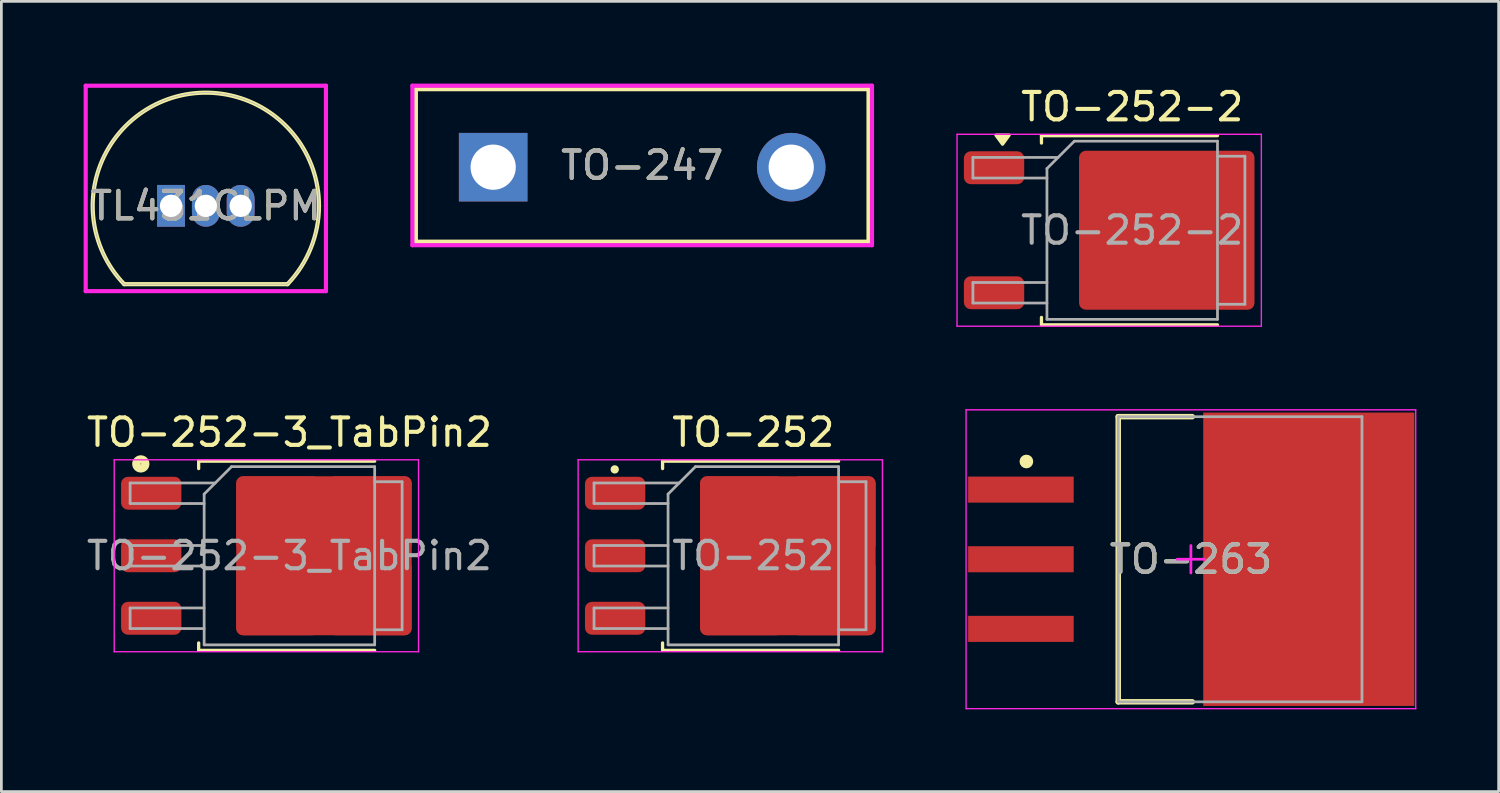
<source format=kicad_pcb>
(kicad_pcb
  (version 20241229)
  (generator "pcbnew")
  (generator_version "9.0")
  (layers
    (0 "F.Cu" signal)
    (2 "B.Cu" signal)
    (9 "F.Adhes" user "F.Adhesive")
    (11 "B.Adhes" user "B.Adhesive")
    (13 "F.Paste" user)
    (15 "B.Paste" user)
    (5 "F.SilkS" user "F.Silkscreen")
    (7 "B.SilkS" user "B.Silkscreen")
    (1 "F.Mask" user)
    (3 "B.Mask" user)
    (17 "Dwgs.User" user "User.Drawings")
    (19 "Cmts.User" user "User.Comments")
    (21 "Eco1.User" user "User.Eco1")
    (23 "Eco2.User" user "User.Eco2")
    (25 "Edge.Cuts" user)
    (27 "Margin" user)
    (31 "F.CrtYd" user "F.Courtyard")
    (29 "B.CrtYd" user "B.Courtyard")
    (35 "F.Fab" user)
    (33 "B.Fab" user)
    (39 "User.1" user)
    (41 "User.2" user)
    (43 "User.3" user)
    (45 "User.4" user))
  (footprint "TO-252"
    (layer "F.Cu")
    (at 24.427 17.221)
    (property "Reference" "TO-252" (at 0 -4.5 0) (layer "F.SilkS") (effects (font (size 1 1) (thickness 0.15))))
    (attr smd)
    (fp_line (start -3.31 -3.45) (end -3.31 -3.18) (stroke (width 0.12) (type solid)) (layer "F.SilkS"))
    (fp_line (start -3.31 3.45) (end -3.31 3.18) (stroke (width 0.12) (type solid)) (layer "F.SilkS"))
    (fp_line (start 3.11 -3.45) (end -3.31 -3.45) (stroke (width 0.12) (type solid)) (layer "F.SilkS"))
    (fp_line (start 3.11 3.45) (end -3.31 3.45) (stroke (width 0.12) (type solid)) (layer "F.SilkS"))
    (fp_circle (center -5.055 -3.15) (end -4.978 -3.15) (stroke (width 0.152) (type solid)) (fill no) (layer "F.SilkS"))
    (fp_line (start -6.39 -3.5) (end -6.39 3.5) (stroke (width 0.05) (type solid)) (layer "F.CrtYd"))
    (fp_line (start -6.39 3.5) (end 4.71 3.5) (stroke (width 0.05) (type solid)) (layer "F.CrtYd"))
    (fp_line (start 4.71 -3.5) (end -6.39 -3.5) (stroke (width 0.05) (type solid)) (layer "F.CrtYd"))
    (fp_line (start 4.71 3.5) (end 4.71 -3.5) (stroke (width 0.05) (type solid)) (layer "F.CrtYd"))
    (fp_line (start -5.81 -2.655) (end -5.81 -1.905) (stroke (width 0.1) (type solid)) (layer "F.Fab"))
    (fp_line (start -5.81 -1.905) (end -3.11 -1.905) (stroke (width 0.1) (type solid)) (layer "F.Fab"))
    (fp_line (start -5.81 -0.375) (end -5.81 0.375) (stroke (width 0.1) (type solid)) (layer "F.Fab"))
    (fp_line (start -5.81 0.375) (end -3.11 0.375) (stroke (width 0.1) (type solid)) (layer "F.Fab"))
    (fp_line (start -5.81 1.905) (end -5.81 2.655) (stroke (width 0.1) (type solid)) (layer "F.Fab"))
    (fp_line (start -5.81 2.655) (end -3.11 2.655) (stroke (width 0.1) (type solid)) (layer "F.Fab"))
    (fp_line (start -3.11 -2.25) (end -2.11 -3.25) (stroke (width 0.1) (type solid)) (layer "F.Fab"))
    (fp_line (start -3.11 -0.375) (end -5.81 -0.375) (stroke (width 0.1) (type solid)) (layer "F.Fab"))
    (fp_line (start -3.11 1.905) (end -5.81 1.905) (stroke (width 0.1) (type solid)) (layer "F.Fab"))
    (fp_line (start -3.11 3.25) (end -3.11 -2.25) (stroke (width 0.1) (type solid)) (layer "F.Fab"))
    (fp_line (start -2.705 -2.655) (end -5.81 -2.655) (stroke (width 0.1) (type solid)) (layer "F.Fab"))
    (fp_line (start -2.11 -3.25) (end 3.11 -3.25) (stroke (width 0.1) (type solid)) (layer "F.Fab"))
    (fp_line (start 3.11 -3.25) (end 3.11 3.25) (stroke (width 0.1) (type solid)) (layer "F.Fab"))
    (fp_line (start 3.11 -2.7) (end 4.11 -2.7) (stroke (width 0.1) (type solid)) (layer "F.Fab"))
    (fp_line (start 3.11 3.25) (end -3.11 3.25) (stroke (width 0.1) (type solid)) (layer "F.Fab"))
    (fp_line (start 4.11 -2.7) (end 4.11 2.7) (stroke (width 0.1) (type solid)) (layer "F.Fab"))
    (fp_line (start 4.11 2.7) (end 3.11 2.7) (stroke (width 0.1) (type solid)) (layer "F.Fab"))
    (fp_text user "${REFERENCE}" (at 0 0 0) (layer "F.Fab") (effects (font (size 1 1) (thickness 0.15))))
    (pad "1" smd roundrect (at -5.04 -2.28) (size 2.2 1.2) (layers "F.Cu" "F.Mask" "F.Paste") (roundrect_rratio 0.208))
    (pad "2" smd roundrect (at -5.04 0) (size 2.2 1.2) (layers "F.Cu" "F.Mask" "F.Paste") (roundrect_rratio 0.208))
    (pad "2" smd roundrect (at -0.415 -1.525) (size 3.05 2.75) (layers "F.Cu" "F.Paste") (roundrect_rratio 0.091))
    (pad "2" smd roundrect (at -0.415 1.525) (size 3.05 2.75) (layers "F.Cu" "F.Paste") (roundrect_rratio 0.091))
    (pad "2" smd roundrect (at 1.26 0) (size 6.4 5.8) (layers "F.Cu" "F.Mask") (roundrect_rratio 0.043))
    (pad "2" smd roundrect (at 2.935 -1.525) (size 3.05 2.75) (layers "F.Cu" "F.Paste") (roundrect_rratio 0.091))
    (pad "2" smd roundrect (at 2.935 1.525) (size 3.05 2.75) (layers "F.Cu" "F.Paste") (roundrect_rratio 0.091))
    (pad "3" smd roundrect (at -5.04 2.28) (size 2.2 1.2) (layers "F.Cu" "F.Mask" "F.Paste") (roundrect_rratio 0.208)))
  (footprint "TO-247"
    (layer "F.Cu")
    (at 14.938 3.048)
    (property "Reference" "TO-247" (at 5.436 -0.064 0) (unlocked yes) (layer "F.SilkS") (effects (font (size 1 1) (thickness 0.15))))
    (attr through_hole)
    (fp_line (start -2.819 -2.845) (end -2.819 2.718) (stroke (width 0.152) (type solid)) (layer "F.SilkS"))
    (fp_line (start -2.819 2.718) (end 13.691 2.718) (stroke (width 0.152) (type solid)) (layer "F.SilkS"))
    (fp_line (start 13.691 -2.845) (end -2.819 -2.845) (stroke (width 0.152) (type solid)) (layer "F.SilkS"))
    (fp_line (start 13.691 2.718) (end 13.691 -2.845) (stroke (width 0.152) (type solid)) (layer "F.SilkS"))
    (fp_line (start -2.946 -2.972) (end -2.946 2.845) (stroke (width 0.152) (type solid)) (layer "F.CrtYd"))
    (fp_line (start -2.946 2.845) (end 13.818 2.845) (stroke (width 0.152) (type solid)) (layer "F.CrtYd"))
    (fp_line (start 13.818 -2.972) (end -2.946 -2.972) (stroke (width 0.152) (type solid)) (layer "F.CrtYd"))
    (fp_line (start 13.818 2.845) (end 13.818 -2.972) (stroke (width 0.152) (type solid)) (layer "F.CrtYd"))
    (fp_text user "${REFERENCE}" (at 5.436 -0.064 0) (unlocked yes) (layer "F.Fab") (effects (font (size 1 1) (thickness 0.15))))
    (pad "1" thru_hole rect (at 0 0) (size 2.5 2.5) (drill 1.65) (layers "*.Cu" "*.Mask"))
    (pad "2" thru_hole circle (at 10.871 0) (size 2.5 2.5) (drill 1.65) (layers "*.Cu" "*.Mask")))
  (footprint "TO-263"
    (layer "F.Cu")
    (at 40.387 17.348)
    (property "Reference" "TO-263" (at 0 0 0) (unlocked yes) (layer "F.SilkS") (effects (font (size 1 1) (thickness 0.15))))
    (attr smd)
    (fp_line (start -2.65 -5.2) (end 0.05 -5.2) (stroke (width 0.2) (type solid)) (layer "F.SilkS"))
    (fp_line (start -2.65 5.2) (end -2.65 -5.2) (stroke (width 0.2) (type solid)) (layer "F.SilkS"))
    (fp_line (start -2.65 5.2) (end 0.05 5.2) (stroke (width 0.2) (type solid)) (layer "F.SilkS"))
    (fp_circle (center -6 -3.565) (end -5.875 -3.565) (stroke (width 0.25) (type solid)) (fill no) (layer "F.SilkS"))
    (fp_line (start -8.2 -5.45) (end 8.2 -5.45) (stroke (width 0.05) (type solid)) (layer "F.CrtYd"))
    (fp_line (start -8.2 5.45) (end -8.2 -5.45) (stroke (width 0.05) (type solid)) (layer "F.CrtYd"))
    (fp_line (start -8.2 5.45) (end 8.2 5.45) (stroke (width 0.05) (type solid)) (layer "F.CrtYd"))
    (fp_line (start -0.5 0) (end 0.5 0) (stroke (width 0.1) (type solid)) (layer "F.CrtYd"))
    (fp_line (start 0 0.5) (end 0 -0.5) (stroke (width 0.1) (type solid)) (layer "F.CrtYd"))
    (fp_line (start 8.2 5.45) (end 8.2 -5.45) (stroke (width 0.05) (type solid)) (layer "F.CrtYd"))
    (fp_line (start -2.65 -5.2) (end 6.24 -5.2) (stroke (width 0.1) (type solid)) (layer "F.Fab"))
    (fp_line (start -2.65 5.2) (end -2.65 -5.2) (stroke (width 0.1) (type solid)) (layer "F.Fab"))
    (fp_line (start -2.65 5.2) (end 6.24 5.2) (stroke (width 0.1) (type solid)) (layer "F.Fab"))
    (fp_line (start 6.24 5.2) (end 6.24 -5.2) (stroke (width 0.1) (type solid)) (layer "F.Fab"))
    (fp_text user "${REFERENCE}" (at 0 0 0) (unlocked yes) (layer "F.Fab") (effects (font (size 1 1) (thickness 0.15))))
    (pad "1" smd rect (at -6.2 -2.54 90) (size 0.95 3.85) (layers "F.Cu" "F.Mask" "F.Paste"))
    (pad "2" smd rect (at -6.2 0 90) (size 0.95 3.85) (layers "F.Cu" "F.Mask" "F.Paste"))
    (pad "3" smd rect (at -6.2 2.54 90) (size 0.95 3.85) (layers "F.Cu" "F.Mask" "F.Paste"))
    (pad "4" smd rect (at 4.3 0 90) (size 10.7 7.7) (layers "F.Cu" "F.Mask" "F.Paste")))
  (footprint "TL431CLPM"
    (layer "F.Cu")
    (at 5.728 4.458)
    (property "Reference" "TL431CLPM" (at -1.27 0 0) (unlocked yes) (layer "F.SilkS") (effects (font (size 1 1) (thickness 0.15))))
    (attr through_hole)
    (fp_line (start -4.248 2.857) (end 1.708 2.857) (stroke (width 0.152) (type solid)) (layer "F.SilkS"))
    (fp_arc (start -4.248417 2.857497) (mid -2.809942 -3.829469) (end 2.8575 0) (stroke (width 0.1524) (type solid)) (layer "F.SilkS"))
    (fp_arc (start 2.8575 0) (mid 2.55947 1.539941) (end 1.708418 2.857496) (stroke (width 0.1524) (type solid)) (layer "F.SilkS"))
    (fp_line (start -5.652 -4.381) (end 3.111 -4.381) (stroke (width 0.152) (type solid)) (layer "F.CrtYd"))
    (fp_line (start -5.652 3.111) (end -5.652 -4.381) (stroke (width 0.152) (type solid)) (layer "F.CrtYd"))
    (fp_line (start 3.111 -4.381) (end 3.111 3.111) (stroke (width 0.152) (type solid)) (layer "F.CrtYd"))
    (fp_line (start 3.111 3.111) (end -5.652 3.111) (stroke (width 0.152) (type solid)) (layer "F.CrtYd"))
    (fp_line (start -4.248 2.857) (end 1.708 2.857) (stroke (width 0.025) (type solid)) (layer "F.Fab"))
    (fp_arc (start -4.248415 2.857499) (mid -1.269999 -4.1275) (end 1.708414 2.8575) (stroke (width 0.0254) (type solid)) (layer "F.Fab"))
    (fp_text user "${REFERENCE}" (at -1.27 0 0) (unlocked yes) (layer "F.Fab") (effects (font (size 1 1) (thickness 0.15))))
    (pad "1" thru_hole rect (at -2.54 0) (size 1.016 1.524) (drill 0.813) (layers "*.Cu" "*.Mask"))
    (pad "2" thru_hole oval (at -1.27 0) (size 1.016 1.524) (drill 0.813) (layers "*.Cu" "*.Mask"))
    (pad "3" thru_hole oval (at 0 0) (size 1.016 1.524) (drill 0.813) (layers "*.Cu" "*.Mask")))
  (footprint "TO-252-2"
    (layer "F.Cu")
    (at 38.247 5.348)
    (property "Reference" "TO-252-2" (at 0 -4.5 0) (layer "F.SilkS") (effects (font (size 1 1) (thickness 0.15))))
    (attr smd)
    (fp_line (start -3.31 -3.45) (end -3.31 -3.18) (stroke (width 0.12) (type solid)) (layer "F.SilkS"))
    (fp_line (start -3.31 3.45) (end -3.31 3.18) (stroke (width 0.12) (type solid)) (layer "F.SilkS"))
    (fp_line (start 3.11 -3.45) (end -3.31 -3.45) (stroke (width 0.12) (type solid)) (layer "F.SilkS"))
    (fp_line (start 3.11 3.45) (end -3.31 3.45) (stroke (width 0.12) (type solid)) (layer "F.SilkS"))
    (fp_poly (pts (xy -4.73 -3.14) (xy -4.97 -3.47) (xy -4.49 -3.47) (xy -4.73 -3.14)) (stroke (width 0.12) (type solid)) (fill yes) (layer "F.SilkS"))
    (fp_line (start -6.39 -3.5) (end -6.39 3.5) (stroke (width 0.05) (type solid)) (layer "F.CrtYd"))
    (fp_line (start -6.39 3.5) (end 4.71 3.5) (stroke (width 0.05) (type solid)) (layer "F.CrtYd"))
    (fp_line (start 4.71 -3.5) (end -6.39 -3.5) (stroke (width 0.05) (type solid)) (layer "F.CrtYd"))
    (fp_line (start 4.71 3.5) (end 4.71 -3.5) (stroke (width 0.05) (type solid)) (layer "F.CrtYd"))
    (fp_line (start -5.81 -2.655) (end -5.81 -1.905) (stroke (width 0.1) (type solid)) (layer "F.Fab"))
    (fp_line (start -5.81 -1.905) (end -3.11 -1.905) (stroke (width 0.1) (type solid)) (layer "F.Fab"))
    (fp_line (start -5.81 1.905) (end -5.81 2.655) (stroke (width 0.1) (type solid)) (layer "F.Fab"))
    (fp_line (start -5.81 2.655) (end -3.11 2.655) (stroke (width 0.1) (type solid)) (layer "F.Fab"))
    (fp_line (start -3.11 -2.25) (end -2.11 -3.25) (stroke (width 0.1) (type solid)) (layer "F.Fab"))
    (fp_line (start -3.11 1.905) (end -5.81 1.905) (stroke (width 0.1) (type solid)) (layer "F.Fab"))
    (fp_line (start -3.11 3.25) (end -3.11 -2.25) (stroke (width 0.1) (type solid)) (layer "F.Fab"))
    (fp_line (start -2.705 -2.655) (end -5.81 -2.655) (stroke (width 0.1) (type solid)) (layer "F.Fab"))
    (fp_line (start -2.11 -3.25) (end 3.11 -3.25) (stroke (width 0.1) (type solid)) (layer "F.Fab"))
    (fp_line (start 3.11 -3.25) (end 3.11 3.25) (stroke (width 0.1) (type solid)) (layer "F.Fab"))
    (fp_line (start 3.11 -2.7) (end 4.11 -2.7) (stroke (width 0.1) (type solid)) (layer "F.Fab"))
    (fp_line (start 3.11 3.25) (end -3.11 3.25) (stroke (width 0.1) (type solid)) (layer "F.Fab"))
    (fp_line (start 4.11 -2.7) (end 4.11 2.7) (stroke (width 0.1) (type solid)) (layer "F.Fab"))
    (fp_line (start 4.11 2.7) (end 3.11 2.7) (stroke (width 0.1) (type solid)) (layer "F.Fab"))
    (fp_text user "${REFERENCE}" (at 0 0 0) (layer "F.Fab") (effects (font (size 1 1) (thickness 0.15))))
    (pad "1" smd roundrect (at -5.04 -2.28) (size 2.2 1.2) (layers "F.Cu" "F.Mask" "F.Paste") (roundrect_rratio 0.208))
    (pad "2" smd roundrect (at -5.04 2.28) (size 2.2 1.2) (layers "F.Cu" "F.Mask" "F.Paste") (roundrect_rratio 0.208))
    (pad "3" smd roundrect (at 1.26 0) (size 6.4 5.8) (layers "F.Cu" "F.Mask") (roundrect_rratio 0.043)))
  (footprint "TO-252-3_TabPin2"
    (layer "F.Cu")
    (at 7.506 17.221)
    (property "Reference" "TO-252-3_TabPin2" (at 0 -4.5 0) (layer "F.SilkS") (effects (font (size 1 1) (thickness 0.15))))
    (attr smd)
    (fp_line (start -3.31 -3.45) (end -3.31 -3.18) (stroke (width 0.12) (type solid)) (layer "F.SilkS"))
    (fp_line (start -3.31 3.45) (end -3.31 3.18) (stroke (width 0.12) (type solid)) (layer "F.SilkS"))
    (fp_line (start 3.11 -3.45) (end -3.31 -3.45) (stroke (width 0.12) (type solid)) (layer "F.SilkS"))
    (fp_line (start 3.11 3.45) (end -3.31 3.45) (stroke (width 0.12) (type solid)) (layer "F.SilkS"))
    (fp_circle (center -5.42 -3.35) (end -5.26 -3.31) (stroke (width 0.3) (type default)) (fill no) (layer "F.SilkS"))
    (fp_line (start -6.39 -3.5) (end -6.39 3.5) (stroke (width 0.05) (type solid)) (layer "F.CrtYd"))
    (fp_line (start -6.39 3.5) (end 4.71 3.5) (stroke (width 0.05) (type solid)) (layer "F.CrtYd"))
    (fp_line (start 4.71 -3.5) (end -6.39 -3.5) (stroke (width 0.05) (type solid)) (layer "F.CrtYd"))
    (fp_line (start 4.71 3.5) (end 4.71 -3.5) (stroke (width 0.05) (type solid)) (layer "F.CrtYd"))
    (fp_line (start -5.81 -2.655) (end -5.81 -1.905) (stroke (width 0.1) (type solid)) (layer "F.Fab"))
    (fp_line (start -5.81 -1.905) (end -3.11 -1.905) (stroke (width 0.1) (type solid)) (layer "F.Fab"))
    (fp_line (start -5.81 -0.375) (end -5.81 0.375) (stroke (width 0.1) (type solid)) (layer "F.Fab"))
    (fp_line (start -5.81 0.375) (end -3.11 0.375) (stroke (width 0.1) (type solid)) (layer "F.Fab"))
    (fp_line (start -5.81 1.905) (end -5.81 2.655) (stroke (width 0.1) (type solid)) (layer "F.Fab"))
    (fp_line (start -5.81 2.655) (end -3.11 2.655) (stroke (width 0.1) (type solid)) (layer "F.Fab"))
    (fp_line (start -3.11 -2.25) (end -2.11 -3.25) (stroke (width 0.1) (type solid)) (layer "F.Fab"))
    (fp_line (start -3.11 -0.375) (end -5.81 -0.375) (stroke (width 0.1) (type solid)) (layer "F.Fab"))
    (fp_line (start -3.11 1.905) (end -5.81 1.905) (stroke (width 0.1) (type solid)) (layer "F.Fab"))
    (fp_line (start -3.11 3.25) (end -3.11 -2.25) (stroke (width 0.1) (type solid)) (layer "F.Fab"))
    (fp_line (start -2.705 -2.655) (end -5.81 -2.655) (stroke (width 0.1) (type solid)) (layer "F.Fab"))
    (fp_line (start -2.11 -3.25) (end 3.11 -3.25) (stroke (width 0.1) (type solid)) (layer "F.Fab"))
    (fp_line (start 3.11 -3.25) (end 3.11 3.25) (stroke (width 0.1) (type solid)) (layer "F.Fab"))
    (fp_line (start 3.11 -2.7) (end 4.11 -2.7) (stroke (width 0.1) (type solid)) (layer "F.Fab"))
    (fp_line (start 3.11 3.25) (end -3.11 3.25) (stroke (width 0.1) (type solid)) (layer "F.Fab"))
    (fp_line (start 4.11 -2.7) (end 4.11 2.7) (stroke (width 0.1) (type solid)) (layer "F.Fab"))
    (fp_line (start 4.11 2.7) (end 3.11 2.7) (stroke (width 0.1) (type solid)) (layer "F.Fab"))
    (fp_text user "${REFERENCE}" (at 0 0 0) (layer "F.Fab") (effects (font (size 1 1) (thickness 0.15))))
    (pad "1" smd roundrect (at -5.04 -2.28) (size 2.2 1.2) (layers "F.Cu" "F.Mask" "F.Paste") (roundrect_rratio 0.208))
    (pad "2" smd roundrect (at -5.04 0) (size 2.2 1.2) (layers "F.Cu" "F.Mask" "F.Paste") (roundrect_rratio 0.208))
    (pad "2" smd roundrect (at -0.415 -1.525) (size 3.05 2.75) (layers "F.Cu" "F.Paste") (roundrect_rratio 0.091))
    (pad "2" smd roundrect (at -0.415 1.525) (size 3.05 2.75) (layers "F.Cu" "F.Paste") (roundrect_rratio 0.091))
    (pad "2" smd roundrect (at 1.26 0) (size 6.4 5.8) (layers "F.Cu" "F.Mask") (roundrect_rratio 0.043))
    (pad "2" smd roundrect (at 2.935 -1.525) (size 3.05 2.75) (layers "F.Cu" "F.Paste") (roundrect_rratio 0.091))
    (pad "2" smd roundrect (at 2.935 1.525) (size 3.05 2.75) (layers "F.Cu" "F.Paste") (roundrect_rratio 0.091))
    (pad "3" smd roundrect (at -5.04 2.28) (size 2.2 1.2) (layers "F.Cu" "F.Mask" "F.Paste") (roundrect_rratio 0.208)))
  (gr_rect
    (start -3 -3)
    (end 51.612 25.823)
    (stroke (width 0.1) (type default))
    (fill no)
    (layer "Edge.Cuts")))
</source>
